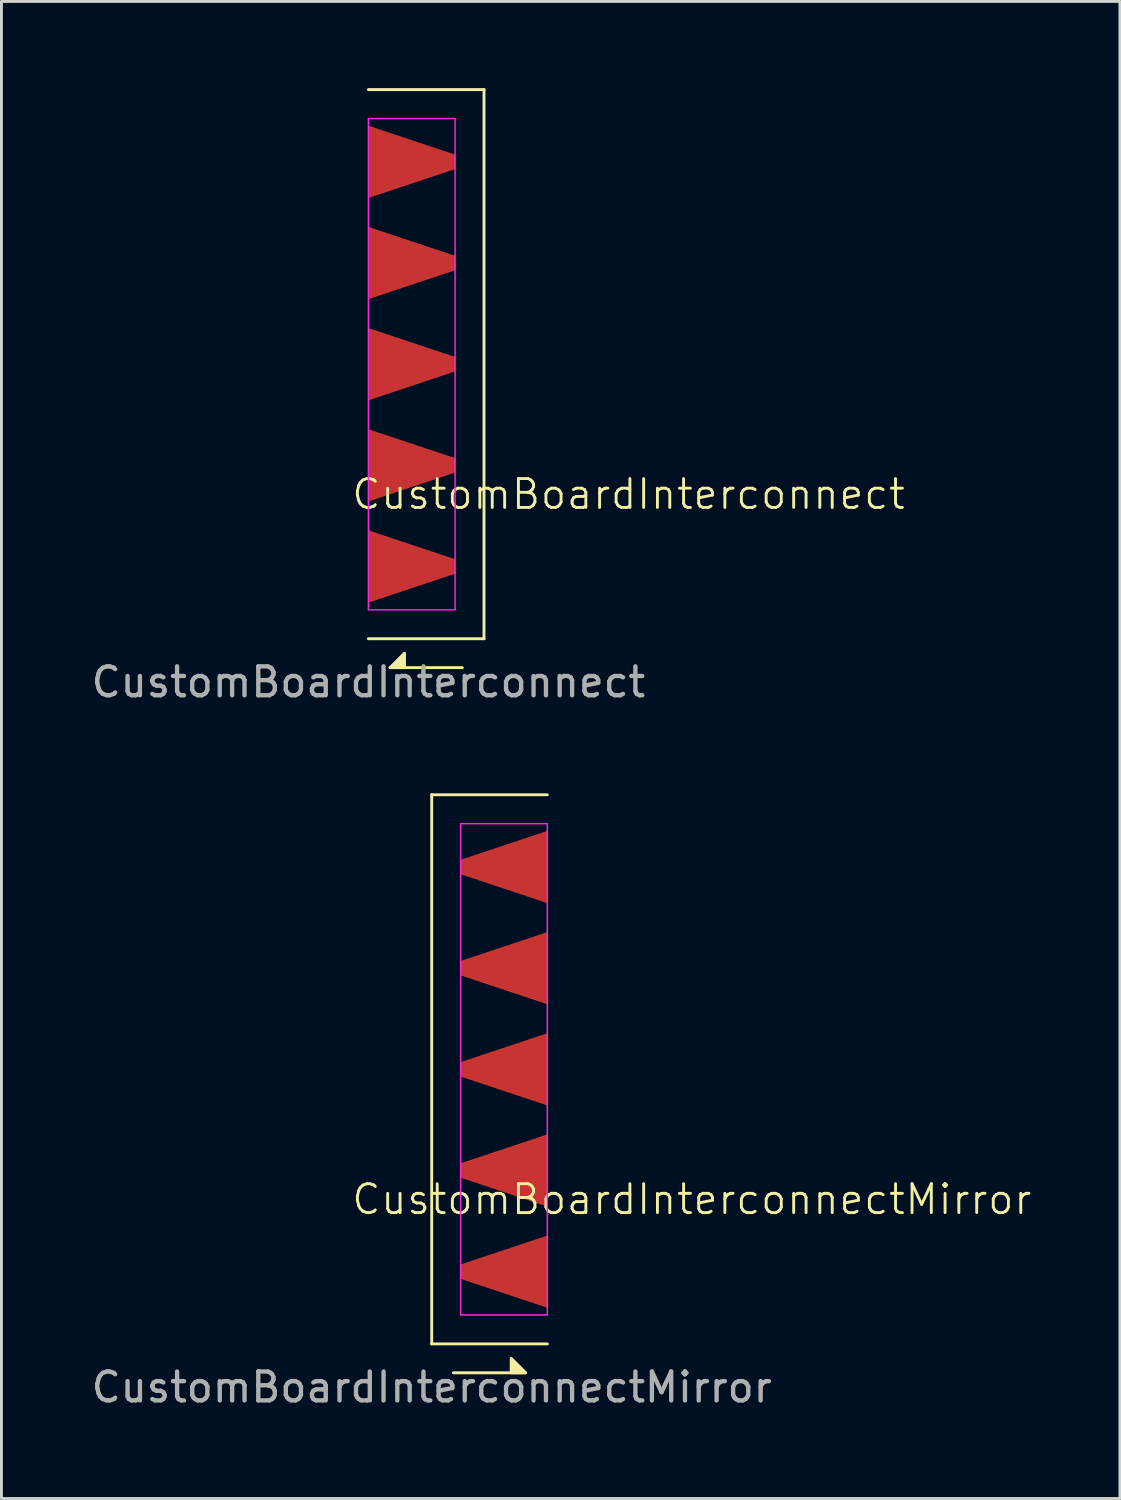
<source format=kicad_pcb>
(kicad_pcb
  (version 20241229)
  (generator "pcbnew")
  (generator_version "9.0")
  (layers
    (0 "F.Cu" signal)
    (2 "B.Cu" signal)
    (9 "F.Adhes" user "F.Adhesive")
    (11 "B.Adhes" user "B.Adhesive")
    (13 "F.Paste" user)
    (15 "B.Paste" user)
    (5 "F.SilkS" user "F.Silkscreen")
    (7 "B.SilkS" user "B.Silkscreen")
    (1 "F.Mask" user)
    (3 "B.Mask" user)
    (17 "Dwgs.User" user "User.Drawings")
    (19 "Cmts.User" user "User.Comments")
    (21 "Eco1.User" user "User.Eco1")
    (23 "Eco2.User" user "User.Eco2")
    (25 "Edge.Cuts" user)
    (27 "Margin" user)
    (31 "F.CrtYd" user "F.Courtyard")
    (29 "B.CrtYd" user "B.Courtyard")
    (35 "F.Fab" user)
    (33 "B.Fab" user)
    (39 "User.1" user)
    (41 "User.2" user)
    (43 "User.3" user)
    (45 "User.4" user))
  (footprint "CustomBoardInterconnectMirror"
    (layer "F.Cu")
    (at 11.887 42.448)
    (property "Reference" "CustomBoardInterconnectMirror" (at 9 -4 0) (unlocked yes) (layer "F.SilkS") (effects (font (size 1 1) (thickness 0.1))))
    (attr smd)
    (fp_line (start 0 -18) (end 0 1) (stroke (width 0.1) (type default)) (layer "F.SilkS"))
    (fp_line (start 0 1) (end 4 1) (stroke (width 0.1) (type default)) (layer "F.SilkS"))
    (fp_line (start 0.75 2) (end 3.25 2) (stroke (width 0.1) (type default)) (layer "F.SilkS"))
    (fp_line (start 4 -18) (end 0 -18) (stroke (width 0.1) (type default)) (layer "F.SilkS"))
    (fp_poly (pts (xy 3.25 2) (xy 2.75 1.5) (xy 2.75 2)) (stroke (width 0.1) (type solid)) (fill yes) (layer "F.SilkS"))
    (fp_rect (start 1 -17) (end 4 0) (stroke (width 0.05) (type default)) (fill no) (layer "F.CrtYd"))
    (fp_text user "${REFERENCE}" (at 0 2.5 0) (unlocked yes) (layer "F.Fab") (effects (font (size 1 1) (thickness 0.15))))
    (pad "1" smd trapezoid (at 2.5 -1.5) (size 3 1.5) (rect_delta -1 0) (layers "F.Cu" "F.Mask"))
    (pad "2" smd trapezoid (at 2.5 -5) (size 3 1.5) (rect_delta -1 0) (layers "F.Cu" "F.Mask"))
    (pad "3" smd trapezoid (at 2.5 -8.5) (size 3 1.5) (rect_delta -1 0) (layers "F.Cu" "F.Mask"))
    (pad "4" smd trapezoid (at 2.5 -12) (size 3 1.5) (rect_delta -1 0) (layers "F.Cu" "F.Mask"))
    (pad "5" smd trapezoid (at 2.5 -15.5) (size 3 1.5) (rect_delta -1 0) (layers "F.Cu" "F.Mask")))
  (footprint "CustomBoardInterconnect"
    (layer "F.Cu")
    (at 9.696 18.05)
    (property "Reference" "CustomBoardInterconnect" (at 9 -4 0) (unlocked yes) (layer "F.SilkS") (effects (font (size 1 1) (thickness 0.1))))
    (attr smd)
    (fp_line (start 0 -18) (end 4 -18) (stroke (width 0.1) (type default)) (layer "F.SilkS"))
    (fp_line (start 3.25 2) (end 0.75 2) (stroke (width 0.1) (type default)) (layer "F.SilkS"))
    (fp_line (start 4 -18) (end 4 1) (stroke (width 0.1) (type default)) (layer "F.SilkS"))
    (fp_line (start 4 1) (end 0 1) (stroke (width 0.1) (type default)) (layer "F.SilkS"))
    (fp_poly (pts (xy 0.75 2) (xy 1.25 1.5) (xy 1.25 2)) (stroke (width 0.1) (type solid)) (fill yes) (layer "F.SilkS"))
    (fp_rect (start 0 -17) (end 3 0) (stroke (width 0.05) (type default)) (fill no) (layer "F.CrtYd"))
    (fp_text user "${REFERENCE}" (at 0 2.5 0) (unlocked yes) (layer "F.Fab") (effects (font (size 1 1) (thickness 0.15))))
    (pad "1" smd trapezoid (at 1.5 -1.5) (size 3 1.5) (rect_delta 1 0) (layers "F.Cu" "F.Mask"))
    (pad "2" smd trapezoid (at 1.5 -5) (size 3 1.5) (rect_delta 1 0) (layers "F.Cu" "F.Mask"))
    (pad "3" smd trapezoid (at 1.5 -8.5) (size 3 1.5) (rect_delta 1 0) (layers "F.Cu" "F.Mask"))
    (pad "4" smd trapezoid (at 1.5 -12) (size 3 1.5) (rect_delta 1 0) (layers "F.Cu" "F.Mask"))
    (pad "5" smd trapezoid (at 1.5 -15.5) (size 3 1.5) (rect_delta 1 0) (layers "F.Cu" "F.Mask")))
  (gr_rect
    (start -3 -3)
    (end 35.699 48.797)
    (stroke (width 0.1) (type default))
    (fill no)
    (layer "Edge.Cuts")))
</source>
